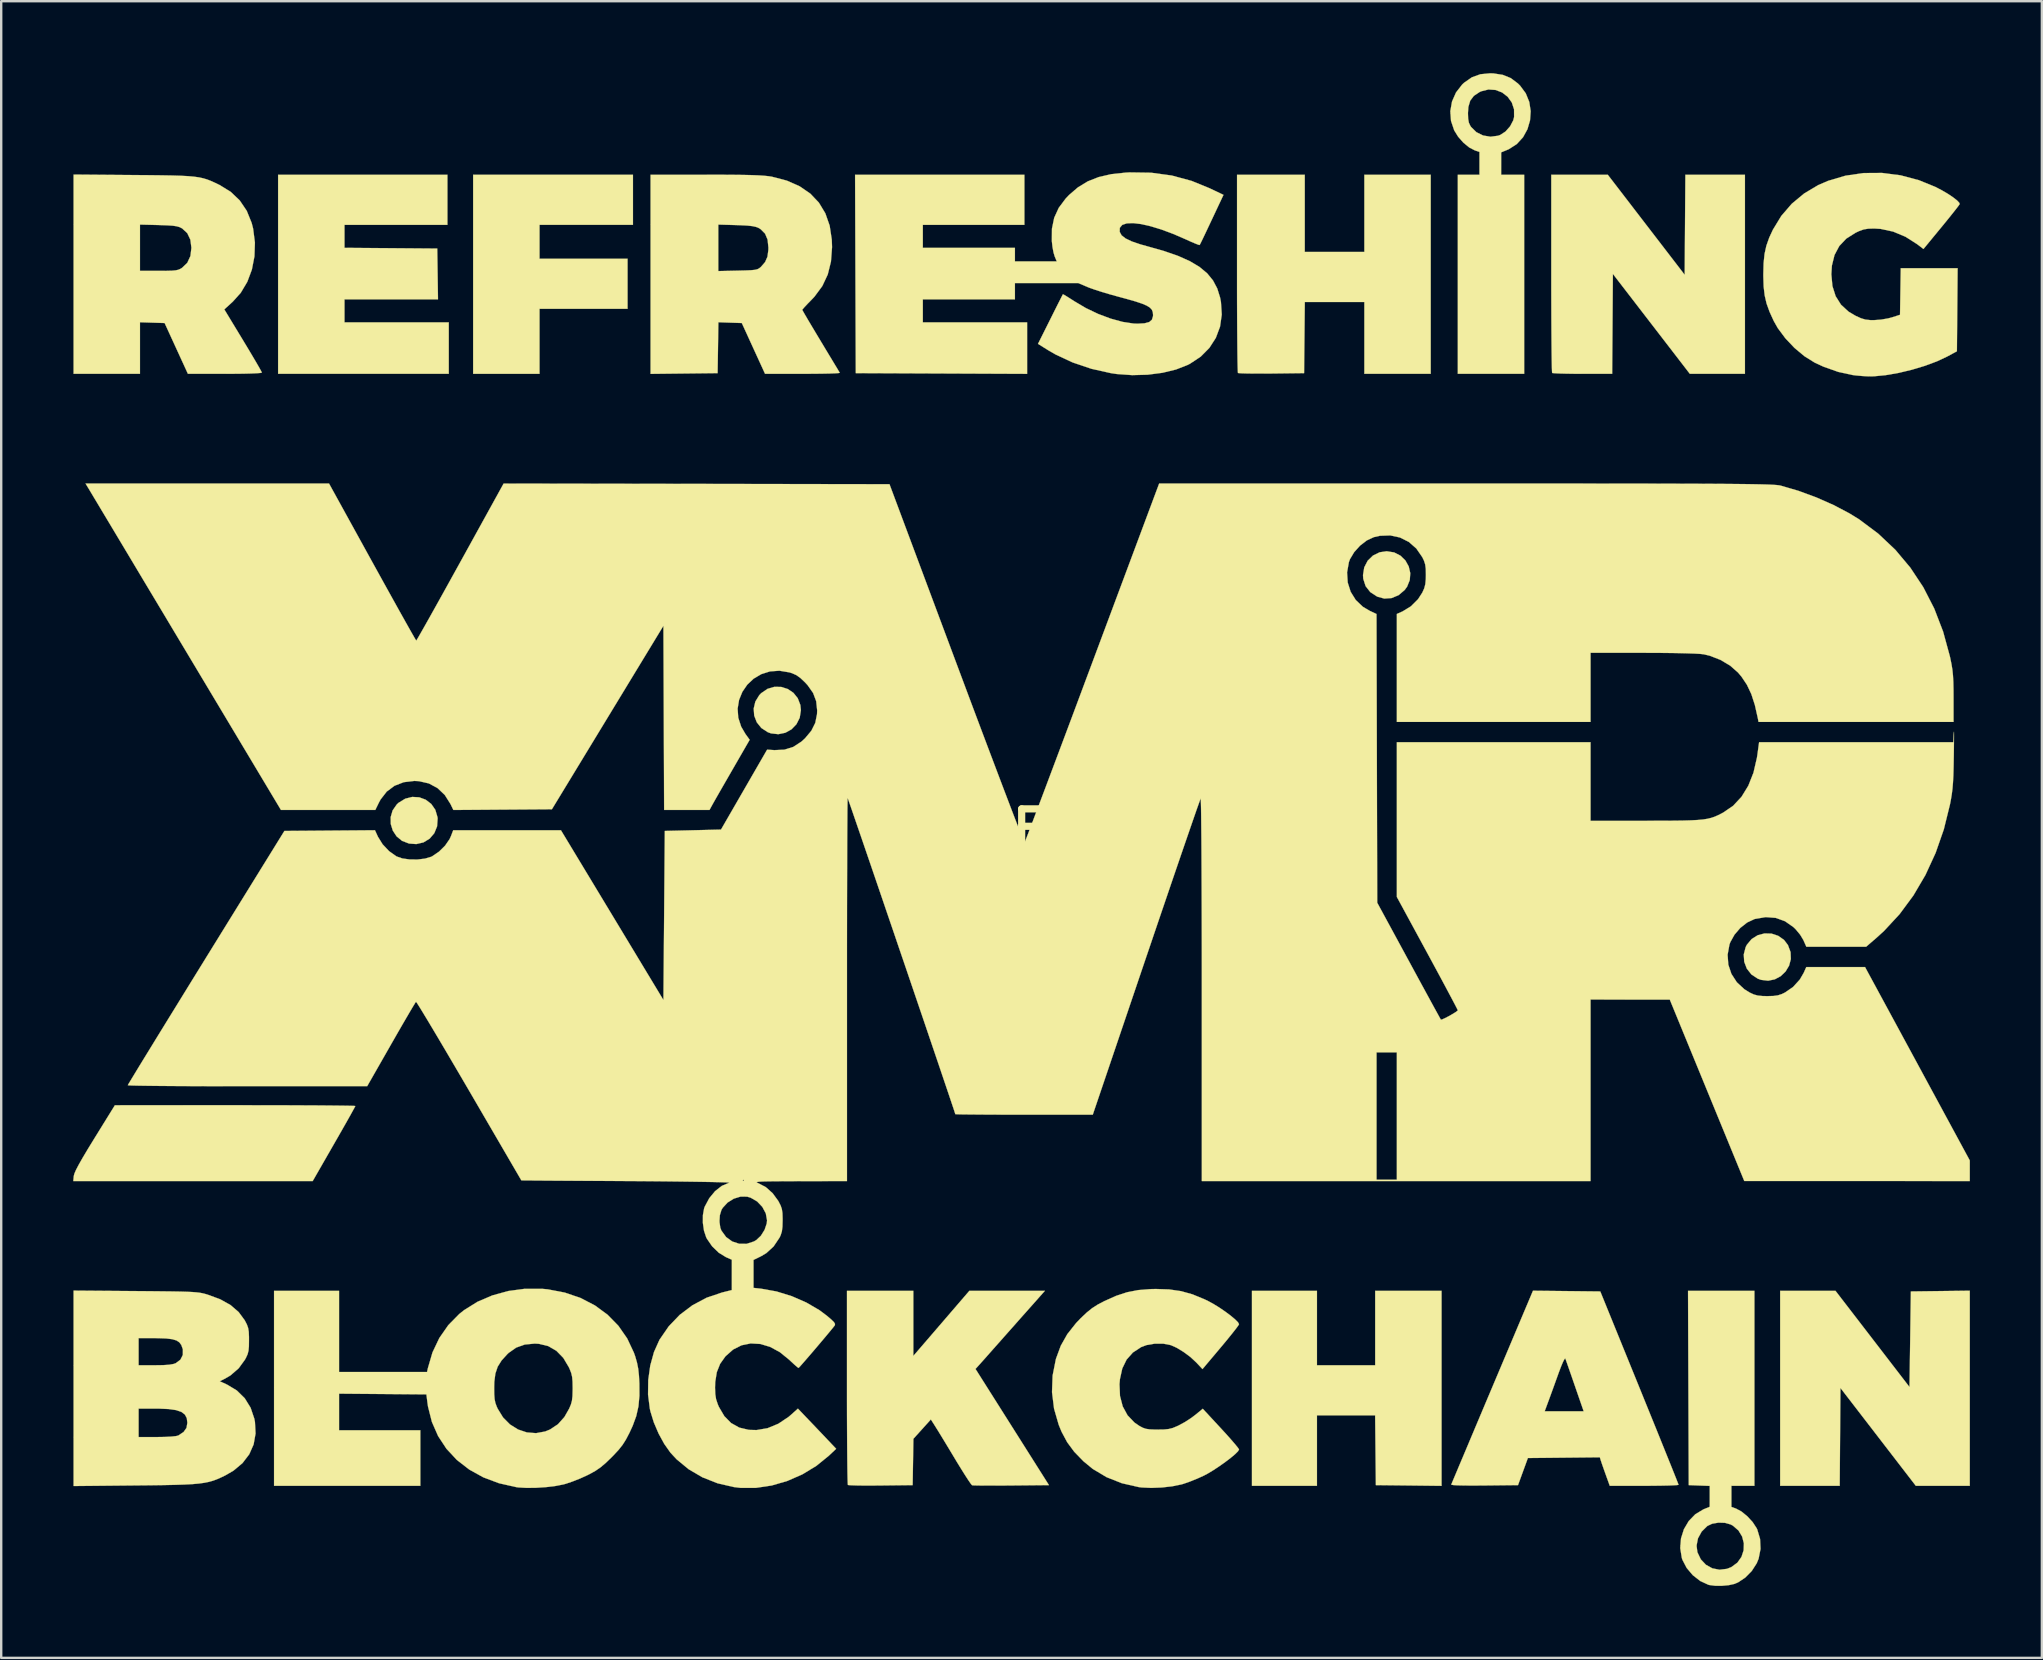
<source format=kicad_pcb>
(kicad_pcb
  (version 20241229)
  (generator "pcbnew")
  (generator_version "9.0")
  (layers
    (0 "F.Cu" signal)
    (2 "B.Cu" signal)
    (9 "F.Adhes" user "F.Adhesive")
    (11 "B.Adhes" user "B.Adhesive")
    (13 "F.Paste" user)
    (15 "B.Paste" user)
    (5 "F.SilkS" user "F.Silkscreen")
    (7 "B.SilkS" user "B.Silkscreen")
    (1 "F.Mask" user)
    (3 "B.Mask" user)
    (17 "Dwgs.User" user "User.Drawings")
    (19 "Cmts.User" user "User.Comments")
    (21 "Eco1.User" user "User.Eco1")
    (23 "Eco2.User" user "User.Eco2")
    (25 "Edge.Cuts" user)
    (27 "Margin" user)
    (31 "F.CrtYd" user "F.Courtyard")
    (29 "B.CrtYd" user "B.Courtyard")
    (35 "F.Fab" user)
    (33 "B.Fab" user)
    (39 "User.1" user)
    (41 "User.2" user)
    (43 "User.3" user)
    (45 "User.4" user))
  (footprint "35C3Funny"
    (layer "F.Cu")
    (at 39.528 31.494)
    (property "Reference" "35C3Funny" (at 0 0 0) (layer "F.SilkS") (effects (font (size 1.524 1.524) (thickness 0.3))))
    (attr through_hole)
    (fp_poly (pts (xy -16.2 -25.174) (xy -20.094 -25.174) (xy -20.094 -23.763) (xy -16.425 -23.763) (xy -16.425 -21.675) (xy -20.094 -21.675) (xy -20.094 -18.965) (xy -22.86 -18.965) (xy -22.86 -27.263) (xy -16.2 -27.263) (xy -16.2 -25.174)) (stroke (width 0.01) (type solid)) (fill yes) (layer "F.SilkS"))
    (fp_poly (pts (xy 39.511 27.376) (xy 37.262 27.376) (xy 34.121 23.298) (xy 34.091 27.376) (xy 31.609 27.376) (xy 31.609 19.248) (xy 33.913 19.248) (xy 35.456 21.253) (xy 36.999 23.259) (xy 37.028 21.267) (xy 37.056 19.276) (xy 39.511 19.245) (xy 39.511 27.376)) (stroke (width 0.01) (type solid)) (fill yes) (layer "F.SilkS"))
    (fp_poly (pts (xy -23.932 -25.174) (xy -28.222 -25.174) (xy -28.222 -24.216) (xy -26.289 -24.201) (xy -24.356 -24.186) (xy -24.34 -23.128) (xy -24.325 -22.07) (xy -28.222 -22.07) (xy -28.222 -21.11) (xy -23.876 -21.11) (xy -23.876 -18.965) (xy -30.988 -18.965) (xy -30.988 -27.263) (xy -23.932 -27.263) (xy -23.932 -25.174)) (stroke (width 0.01) (type solid)) (fill yes) (layer "F.SilkS"))
    (fp_poly (pts (xy 12.305 22.352) (xy 14.732 22.352) (xy 14.732 19.248) (xy 17.498 19.248) (xy 17.498 27.378) (xy 16.129 27.362) (xy 14.76 27.347) (xy 14.745 25.894) (xy 14.73 24.44) (xy 12.305 24.44) (xy 12.305 27.376) (xy 9.596 27.376) (xy 9.596 19.248) (xy 12.305 19.248) (xy 12.305 22.352)) (stroke (width 0.01) (type solid)) (fill yes) (layer "F.SilkS"))
    (fp_poly (pts (xy 15.523 -11.522) (xy 15.786 -11.387) (xy 15.992 -11.186) (xy 16.13 -10.937) (xy 16.194 -10.66) (xy 16.174 -10.372) (xy 16.062 -10.094) (xy 15.958 -9.953) (xy 15.706 -9.74) (xy 15.416 -9.62) (xy 15.111 -9.599) (xy 14.817 -9.68) (xy 14.527 -9.869) (xy 14.333 -10.117) (xy 14.235 -10.421) (xy 14.224 -10.578) (xy 14.276 -10.9) (xy 14.419 -11.177) (xy 14.639 -11.391) (xy 14.919 -11.528) (xy 15.212 -11.571) (xy 15.523 -11.522)) (stroke (width 0.01) (type solid)) (fill yes) (layer "F.SilkS"))
    (fp_poly (pts (xy -25.104 -1.316) (xy -24.835 -1.216) (xy -24.606 -1.04) (xy -24.437 -0.797) (xy -24.347 -0.493) (xy -24.34 -0.436) (xy -24.363 -0.106) (xy -24.479 0.179) (xy -24.673 0.406) (xy -24.928 0.562) (xy -25.23 0.632) (xy -25.533 0.61) (xy -25.824 0.497) (xy -26.051 0.31) (xy -26.209 0.069) (xy -26.293 -0.205) (xy -26.297 -0.492) (xy -26.216 -0.77) (xy -26.044 -1.018) (xy -25.97 -1.088) (xy -25.69 -1.259) (xy -25.396 -1.333) (xy -25.104 -1.316)) (stroke (width 0.01) (type solid)) (fill yes) (layer "F.SilkS"))
    (fp_poly (pts (xy -10.02 -5.916) (xy -9.749 -5.83) (xy -9.513 -5.671) (xy -9.332 -5.446) (xy -9.224 -5.164) (xy -9.201 -4.951) (xy -9.25 -4.633) (xy -9.387 -4.362) (xy -9.593 -4.149) (xy -9.85 -4.007) (xy -10.141 -3.947) (xy -10.446 -3.981) (xy -10.583 -4.031) (xy -10.851 -4.206) (xy -11.04 -4.443) (xy -11.147 -4.72) (xy -11.168 -5.016) (xy -11.099 -5.307) (xy -10.936 -5.573) (xy -10.858 -5.655) (xy -10.593 -5.836) (xy -10.307 -5.921) (xy -10.02 -5.916)) (stroke (width 0.01) (type solid)) (fill yes) (layer "F.SilkS"))
    (fp_poly (pts (xy 31.25 4.364) (xy 31.529 4.456) (xy 31.773 4.63) (xy 31.934 4.842) (xy 32.043 5.135) (xy 32.054 5.426) (xy 31.981 5.699) (xy 31.836 5.941) (xy 31.634 6.136) (xy 31.387 6.269) (xy 31.109 6.326) (xy 30.813 6.291) (xy 30.678 6.242) (xy 30.411 6.066) (xy 30.22 5.824) (xy 30.111 5.538) (xy 30.092 5.232) (xy 30.17 4.93) (xy 30.22 4.83) (xy 30.421 4.589) (xy 30.674 4.431) (xy 30.958 4.356) (xy 31.25 4.364)) (stroke (width 0.01) (type solid)) (fill yes) (layer "F.SilkS"))
    (fp_poly (pts (xy -32.039 11.516) (xy -31.331 11.517) (xy -30.664 11.518) (xy -30.046 11.521) (xy -29.485 11.523) (xy -28.99 11.527) (xy -28.567 11.531) (xy -28.226 11.535) (xy -27.975 11.539) (xy -27.82 11.544) (xy -27.771 11.549) (xy -27.798 11.605) (xy -27.875 11.746) (xy -27.994 11.961) (xy -28.15 12.238) (xy -28.336 12.565) (xy -28.544 12.929) (xy -28.659 13.129) (xy -29.547 14.676) (xy -39.523 14.676) (xy -39.503 14.464) (xy -39.476 14.362) (xy -39.408 14.206) (xy -39.293 13.987) (xy -39.129 13.698) (xy -38.91 13.33) (xy -38.636 12.884) (xy -37.79 11.516) (xy -32.78 11.515) (xy -32.039 11.516)) (stroke (width 0.01) (type solid)) (fill yes) (layer "F.SilkS"))
    (fp_poly (pts (xy 11.797 -24.045) (xy 14.28 -24.045) (xy 14.28 -27.263) (xy 17.046 -27.263) (xy 17.046 -18.965) (xy 14.28 -18.965) (xy 14.28 -21.957) (xy 11.799 -21.957) (xy 11.784 -20.475) (xy 11.769 -18.994) (xy 10.41 -18.978) (xy 10.03 -18.976) (xy 9.687 -18.976) (xy 9.398 -18.98) (xy 9.179 -18.986) (xy 9.046 -18.995) (xy 9.013 -19.002) (xy 9.007 -19.063) (xy 9.001 -19.229) (xy 8.995 -19.489) (xy 8.99 -19.835) (xy 8.986 -20.258) (xy 8.982 -20.75) (xy 8.979 -21.3) (xy 8.976 -21.901) (xy 8.975 -22.542) (xy 8.975 -23.152) (xy 8.975 -27.263) (xy 11.797 -27.263) (xy 11.797 -24.045)) (stroke (width 0.01) (type solid)) (fill yes) (layer "F.SilkS"))
    (fp_poly (pts (xy 26.027 -25.177) (xy 27.63 -23.092) (xy 27.644 -25.177) (xy 27.659 -27.263) (xy 30.141 -27.263) (xy 30.141 -18.965) (xy 27.845 -18.965) (xy 24.638 -23.129) (xy 24.623 -21.047) (xy 24.608 -18.965) (xy 23.377 -18.965) (xy 23.015 -18.967) (xy 22.691 -18.972) (xy 22.423 -18.979) (xy 22.228 -18.988) (xy 22.121 -18.998) (xy 22.107 -19.003) (xy 22.101 -19.064) (xy 22.095 -19.229) (xy 22.09 -19.489) (xy 22.085 -19.836) (xy 22.081 -20.259) (xy 22.077 -20.75) (xy 22.074 -21.3) (xy 22.072 -21.901) (xy 22.07 -22.542) (xy 22.07 -23.152) (xy 22.07 -27.263) (xy 24.424 -27.263) (xy 26.027 -25.177)) (stroke (width 0.01) (type solid)) (fill yes) (layer "F.SilkS"))
    (fp_poly (pts (xy -4.516 21.964) (xy -3.347 20.606) (xy -2.179 19.248) (xy 0.969 19.248) (xy 0.331 19.967) (xy 0.058 20.274) (xy -0.256 20.629) (xy -0.58 20.994) (xy -0.88 21.333) (xy -0.983 21.449) (xy -1.21 21.705) (xy -1.42 21.942) (xy -1.598 22.143) (xy -1.729 22.29) (xy -1.791 22.358) (xy -1.925 22.506) (xy 1.136 27.347) (xy -0.433 27.362) (xy -0.845 27.365) (xy -1.221 27.366) (xy -1.546 27.366) (xy -1.806 27.363) (xy -1.984 27.359) (xy -2.066 27.353) (xy -2.068 27.352) (xy -2.115 27.298) (xy -2.21 27.162) (xy -2.344 26.956) (xy -2.507 26.697) (xy -2.691 26.398) (xy -2.771 26.265) (xy -2.971 25.932) (xy -3.163 25.614) (xy -3.337 25.328) (xy -3.479 25.095) (xy -3.579 24.935) (xy -3.597 24.906) (xy -3.785 24.61) (xy -4.149 25.014) (xy -4.513 25.418) (xy -4.528 26.383) (xy -4.544 27.347) (xy -5.874 27.362) (xy -6.251 27.365) (xy -6.589 27.365) (xy -6.873 27.361) (xy -7.087 27.354) (xy -7.214 27.346) (xy -7.243 27.339) (xy -7.249 27.277) (xy -7.255 27.112) (xy -7.261 26.852) (xy -7.266 26.506) (xy -7.27 26.084) (xy -7.274 25.594) (xy -7.277 25.046) (xy -7.28 24.448) (xy -7.281 23.809) (xy -7.281 23.274) (xy -7.281 19.248) (xy -4.516 19.248) (xy -4.516 21.964)) (stroke (width 0.01) (type solid)) (fill yes) (layer "F.SilkS"))
    (fp_poly (pts (xy 19.664 -31.484) (xy 20.055 -31.423) (xy 20.383 -31.289) (xy 20.679 -31.066) (xy 20.77 -30.976) (xy 21.008 -30.654) (xy 21.154 -30.294) (xy 21.212 -29.912) (xy 21.185 -29.528) (xy 21.078 -29.16) (xy 20.894 -28.825) (xy 20.636 -28.543) (xy 20.308 -28.33) (xy 20.237 -28.299) (xy 19.982 -28.194) (xy 19.982 -27.728) (xy 19.981 -27.263) (xy 20.941 -27.263) (xy 20.941 -18.965) (xy 18.175 -18.965) (xy 18.175 -27.263) (xy 19.078 -27.263) (xy 19.078 -28.213) (xy 18.885 -28.277) (xy 18.65 -28.399) (xy 18.407 -28.599) (xy 18.188 -28.848) (xy 18.025 -29.111) (xy 17.892 -29.505) (xy 17.869 -29.831) (xy 18.598 -29.831) (xy 18.606 -29.596) (xy 18.635 -29.434) (xy 18.694 -29.305) (xy 18.73 -29.251) (xy 18.949 -29.036) (xy 19.228 -28.898) (xy 19.538 -28.846) (xy 19.85 -28.887) (xy 19.945 -28.921) (xy 20.163 -29.063) (xy 20.354 -29.279) (xy 20.485 -29.528) (xy 20.521 -29.668) (xy 20.519 -29.989) (xy 20.424 -30.275) (xy 20.252 -30.512) (xy 20.022 -30.69) (xy 19.749 -30.795) (xy 19.452 -30.815) (xy 19.146 -30.738) (xy 19.081 -30.707) (xy 18.844 -30.549) (xy 18.693 -30.35) (xy 18.615 -30.088) (xy 18.598 -29.831) (xy 17.869 -29.831) (xy 17.863 -29.912) (xy 17.934 -30.314) (xy 18.1 -30.69) (xy 18.358 -31.022) (xy 18.437 -31.096) (xy 18.76 -31.321) (xy 19.116 -31.45) (xy 19.524 -31.489) (xy 19.664 -31.484)) (stroke (width 0.01) (type solid)) (fill yes) (layer "F.SilkS"))
    (fp_poly (pts (xy 30.536 27.376) (xy 29.577 27.376) (xy 29.577 28.256) (xy 29.771 28.326) (xy 30.002 28.451) (xy 30.244 28.65) (xy 30.463 28.889) (xy 30.627 29.139) (xy 30.654 29.194) (xy 30.772 29.592) (xy 30.791 30.008) (xy 30.711 30.413) (xy 30.632 30.605) (xy 30.427 30.924) (xy 30.158 31.198) (xy 29.855 31.4) (xy 29.705 31.464) (xy 29.471 31.516) (xy 29.187 31.543) (xy 28.9 31.542) (xy 28.661 31.511) (xy 28.617 31.5) (xy 28.278 31.343) (xy 27.967 31.1) (xy 27.712 30.798) (xy 27.537 30.462) (xy 27.51 30.381) (xy 27.445 29.973) (xy 27.453 29.868) (xy 28.125 29.868) (xy 28.16 30.144) (xy 28.302 30.441) (xy 28.516 30.667) (xy 28.782 30.815) (xy 29.081 30.874) (xy 29.392 30.836) (xy 29.574 30.764) (xy 29.826 30.579) (xy 29.997 30.338) (xy 30.087 30.062) (xy 30.096 29.772) (xy 30.024 29.491) (xy 29.873 29.24) (xy 29.642 29.039) (xy 29.544 28.986) (xy 29.308 28.919) (xy 29.037 28.911) (xy 28.775 28.956) (xy 28.573 29.051) (xy 28.336 29.286) (xy 28.184 29.566) (xy 28.125 29.868) (xy 27.453 29.868) (xy 27.477 29.568) (xy 27.598 29.185) (xy 27.799 28.844) (xy 28.072 28.562) (xy 28.409 28.359) (xy 28.429 28.351) (xy 28.673 28.25) (xy 28.674 27.815) (xy 28.674 27.38) (xy 28.236 27.364) (xy 27.799 27.347) (xy 27.77 19.248) (xy 30.536 19.248) (xy 30.536 27.376)) (stroke (width 0.01) (type solid)) (fill yes) (layer "F.SilkS"))
    (fp_poly (pts (xy -37.013 -27.249) (xy -36.381 -27.244) (xy -35.849 -27.238) (xy -35.407 -27.23) (xy -35.041 -27.219) (xy -34.74 -27.203) (xy -34.492 -27.181) (xy -34.285 -27.152) (xy -34.107 -27.113) (xy -33.946 -27.065) (xy -33.79 -27.004) (xy -33.627 -26.931) (xy -33.445 -26.843) (xy -33.426 -26.834) (xy -32.964 -26.55) (xy -32.587 -26.191) (xy -32.295 -25.759) (xy -32.091 -25.257) (xy -32.029 -25.015) (xy -31.955 -24.435) (xy -31.974 -23.861) (xy -32.081 -23.31) (xy -32.272 -22.799) (xy -32.543 -22.344) (xy -32.873 -21.976) (xy -33.23 -21.65) (xy -32.448 -20.36) (xy -32.24 -20.015) (xy -32.053 -19.701) (xy -31.894 -19.431) (xy -31.772 -19.219) (xy -31.693 -19.076) (xy -31.665 -19.017) (xy -31.72 -19.002) (xy -31.876 -18.99) (xy -32.121 -18.979) (xy -32.445 -18.971) (xy -32.835 -18.967) (xy -33.206 -18.965) (xy -34.747 -18.965) (xy -35.718 -21.082) (xy -36.232 -21.098) (xy -36.745 -21.114) (xy -36.745 -18.965) (xy -39.511 -18.965) (xy -39.511 -23.255) (xy -36.745 -23.255) (xy -35.963 -23.255) (xy -35.647 -23.257) (xy -35.42 -23.263) (xy -35.262 -23.277) (xy -35.15 -23.301) (xy -35.062 -23.339) (xy -34.99 -23.383) (xy -34.772 -23.593) (xy -34.642 -23.874) (xy -34.601 -24.216) (xy -34.644 -24.555) (xy -34.773 -24.826) (xy -34.984 -25.022) (xy -35.002 -25.033) (xy -35.099 -25.081) (xy -35.216 -25.114) (xy -35.377 -25.138) (xy -35.603 -25.153) (xy -35.917 -25.164) (xy -35.969 -25.166) (xy -36.745 -25.185) (xy -36.745 -23.255) (xy -39.511 -23.255) (xy -39.511 -27.269) (xy -37.013 -27.249)) (stroke (width 0.01) (type solid)) (fill yes) (layer "F.SilkS"))
    (fp_poly (pts (xy 22.71 19.261) (xy 24.113 19.276) (xy 25.743 23.283) (xy 26.002 23.922) (xy 26.249 24.53) (xy 26.48 25.099) (xy 26.691 25.622) (xy 26.88 26.091) (xy 27.044 26.497) (xy 27.178 26.832) (xy 27.28 27.088) (xy 27.346 27.257) (xy 27.374 27.331) (xy 27.374 27.333) (xy 27.321 27.345) (xy 27.169 27.355) (xy 26.935 27.364) (xy 26.632 27.37) (xy 26.277 27.374) (xy 25.942 27.376) (xy 24.508 27.376) (xy 24.34 26.91) (xy 24.259 26.682) (xy 24.189 26.482) (xy 24.142 26.343) (xy 24.133 26.316) (xy 24.094 26.188) (xy 22.595 26.203) (xy 21.096 26.218) (xy 20.89 26.783) (xy 20.684 27.347) (xy 19.284 27.362) (xy 18.836 27.365) (xy 18.467 27.363) (xy 18.184 27.357) (xy 17.994 27.346) (xy 17.907 27.331) (xy 17.902 27.324) (xy 17.926 27.265) (xy 17.991 27.11) (xy 18.094 26.866) (xy 18.229 26.544) (xy 18.396 26.149) (xy 18.589 25.691) (xy 18.805 25.177) (xy 19.042 24.615) (xy 19.187 24.271) (xy 21.795 24.271) (xy 23.421 24.271) (xy 23.055 23.213) (xy 22.941 22.883) (xy 22.838 22.586) (xy 22.752 22.341) (xy 22.69 22.164) (xy 22.658 22.074) (xy 22.656 22.07) (xy 22.627 22.086) (xy 22.568 22.194) (xy 22.489 22.379) (xy 22.395 22.624) (xy 22.381 22.662) (xy 22.268 22.977) (xy 22.149 23.307) (xy 22.039 23.609) (xy 21.967 23.805) (xy 21.795 24.271) (xy 19.187 24.271) (xy 19.295 24.014) (xy 19.562 23.382) (xy 19.614 23.259) (xy 21.308 19.246) (xy 22.71 19.261)) (stroke (width 0.01) (type solid)) (fill yes) (layer "F.SilkS"))
    (fp_poly (pts (xy -12.536 -27.262) (xy -12.017 -27.259) (xy -11.589 -27.254) (xy -11.24 -27.246) (xy -10.959 -27.235) (xy -10.735 -27.22) (xy -10.556 -27.202) (xy -10.412 -27.18) (xy -10.405 -27.178) (xy -9.786 -27.016) (xy -9.254 -26.781) (xy -8.808 -26.475) (xy -8.451 -26.099) (xy -8.182 -25.653) (xy -8.002 -25.139) (xy -7.914 -24.558) (xy -7.903 -24.247) (xy -7.948 -23.644) (xy -8.082 -23.105) (xy -8.309 -22.622) (xy -8.633 -22.184) (xy -8.759 -22.05) (xy -8.924 -21.881) (xy -9.053 -21.743) (xy -9.13 -21.654) (xy -9.144 -21.632) (xy -9.116 -21.578) (xy -9.037 -21.44) (xy -8.915 -21.231) (xy -8.757 -20.965) (xy -8.571 -20.654) (xy -8.374 -20.326) (xy -8.168 -19.983) (xy -7.98 -19.672) (xy -7.82 -19.406) (xy -7.694 -19.198) (xy -7.612 -19.06) (xy -7.581 -19.008) (xy -7.628 -18.997) (xy -7.775 -18.987) (xy -8.006 -18.978) (xy -8.308 -18.972) (xy -8.667 -18.968) (xy -9.069 -18.966) (xy -9.127 -18.966) (xy -10.696 -18.967) (xy -11.18 -20.024) (xy -11.664 -21.082) (xy -12.153 -21.098) (xy -12.641 -21.115) (xy -12.656 -20.054) (xy -12.672 -18.994) (xy -15.466 -18.963) (xy -15.466 -23.247) (xy -12.644 -23.247) (xy -11.829 -23.265) (xy -11.509 -23.273) (xy -11.281 -23.283) (xy -11.125 -23.298) (xy -11.02 -23.322) (xy -10.946 -23.358) (xy -10.882 -23.409) (xy -10.865 -23.424) (xy -10.693 -23.623) (xy -10.595 -23.845) (xy -10.557 -24.126) (xy -10.555 -24.226) (xy -10.589 -24.557) (xy -10.695 -24.808) (xy -10.878 -24.992) (xy -10.962 -25.043) (xy -11.073 -25.088) (xy -11.227 -25.121) (xy -11.442 -25.144) (xy -11.741 -25.159) (xy -11.896 -25.164) (xy -12.644 -25.185) (xy -12.644 -23.247) (xy -15.466 -23.247) (xy -15.466 -27.263) (xy -13.157 -27.263) (xy -12.536 -27.262)) (stroke (width 0.01) (type solid)) (fill yes) (layer "F.SilkS"))
    (fp_poly (pts (xy 36.626 -27.238) (xy 37.385 -27.037) (xy 38.072 -26.757) (xy 38.347 -26.614) (xy 38.603 -26.464) (xy 38.821 -26.317) (xy 38.985 -26.188) (xy 39.078 -26.087) (xy 39.09 -26.038) (xy 39.048 -25.976) (xy 38.945 -25.841) (xy 38.792 -25.647) (xy 38.601 -25.409) (xy 38.382 -25.14) (xy 38.323 -25.069) (xy 37.581 -24.167) (xy 37.323 -24.364) (xy 36.835 -24.676) (xy 36.319 -24.892) (xy 35.794 -25.005) (xy 35.529 -25.021) (xy 35.28 -25.014) (xy 35.087 -24.982) (xy 34.892 -24.911) (xy 34.747 -24.842) (xy 34.364 -24.599) (xy 34.073 -24.291) (xy 33.874 -23.916) (xy 33.765 -23.475) (xy 33.742 -23.114) (xy 33.787 -22.623) (xy 33.921 -22.201) (xy 34.144 -21.847) (xy 34.458 -21.558) (xy 34.754 -21.382) (xy 34.98 -21.28) (xy 35.165 -21.225) (xy 35.365 -21.204) (xy 35.527 -21.203) (xy 35.812 -21.224) (xy 36.106 -21.275) (xy 36.266 -21.317) (xy 36.604 -21.425) (xy 36.635 -23.368) (xy 39.005 -23.368) (xy 38.99 -21.637) (xy 38.975 -19.905) (xy 38.58 -19.691) (xy 38.147 -19.487) (xy 37.642 -19.299) (xy 37.096 -19.135) (xy 36.54 -19.002) (xy 36.003 -18.909) (xy 35.517 -18.862) (xy 35.299 -18.859) (xy 35.042 -18.873) (xy 34.76 -18.898) (xy 34.629 -18.915) (xy 34.027 -19.046) (xy 33.414 -19.263) (xy 33.048 -19.432) (xy 32.623 -19.697) (xy 32.206 -20.044) (xy 31.826 -20.446) (xy 31.509 -20.872) (xy 31.342 -21.167) (xy 31.166 -21.553) (xy 31.042 -21.897) (xy 30.964 -22.234) (xy 30.921 -22.602) (xy 30.907 -23.039) (xy 30.907 -23.114) (xy 30.919 -23.576) (xy 30.959 -23.962) (xy 31.035 -24.306) (xy 31.155 -24.644) (xy 31.308 -24.974) (xy 31.657 -25.547) (xy 32.093 -26.052) (xy 32.61 -26.482) (xy 33.198 -26.832) (xy 33.607 -27.008) (xy 34.334 -27.223) (xy 35.088 -27.332) (xy 35.856 -27.337) (xy 36.626 -27.238)) (stroke (width 0.01) (type solid)) (fill yes) (layer "F.SilkS"))
    (fp_poly (pts (xy -36.929 19.261) (xy -36.32 19.266) (xy -35.812 19.271) (xy -35.395 19.276) (xy -35.057 19.282) (xy -34.786 19.29) (xy -34.572 19.3) (xy -34.403 19.313) (xy -34.268 19.328) (xy -34.155 19.348) (xy -34.054 19.372) (xy -33.953 19.401) (xy -33.923 19.41) (xy -33.396 19.605) (xy -32.968 19.845) (xy -32.632 20.135) (xy -32.38 20.478) (xy -32.369 20.497) (xy -32.287 20.657) (xy -32.237 20.798) (xy -32.211 20.957) (xy -32.202 21.173) (xy -32.202 21.308) (xy -32.205 21.564) (xy -32.222 21.746) (xy -32.259 21.891) (xy -32.325 22.036) (xy -32.369 22.118) (xy -32.629 22.476) (xy -32.968 22.772) (xy -33.2 22.909) (xy -33.421 23.018) (xy -33.112 23.16) (xy -32.706 23.405) (xy -32.377 23.729) (xy -32.133 24.124) (xy -31.979 24.58) (xy -31.953 24.714) (xy -31.928 25.198) (xy -32.008 25.65) (xy -32.191 26.063) (xy -32.473 26.431) (xy -32.85 26.746) (xy -33.192 26.944) (xy -33.371 27.03) (xy -33.536 27.103) (xy -33.699 27.163) (xy -33.872 27.212) (xy -34.065 27.251) (xy -34.292 27.282) (xy -34.562 27.306) (xy -34.888 27.323) (xy -35.281 27.336) (xy -35.753 27.346) (xy -36.315 27.354) (xy -36.957 27.36) (xy -39.511 27.385) (xy -39.511 24.158) (xy -36.802 24.158) (xy -36.802 25.344) (xy -36.036 25.344) (xy -35.707 25.339) (xy -35.436 25.325) (xy -35.241 25.304) (xy -35.147 25.28) (xy -34.927 25.133) (xy -34.806 24.962) (xy -34.77 24.751) (xy -34.794 24.556) (xy -34.874 24.406) (xy -35.02 24.296) (xy -35.242 24.221) (xy -35.552 24.177) (xy -35.959 24.159) (xy -36.11 24.158) (xy -36.802 24.158) (xy -39.511 24.158) (xy -39.511 21.223) (xy -36.802 21.223) (xy -36.802 22.352) (xy -36.119 22.352) (xy -35.775 22.347) (xy -35.524 22.33) (xy -35.348 22.299) (xy -35.252 22.265) (xy -35.059 22.119) (xy -34.959 21.921) (xy -34.957 21.689) (xy -35.022 21.509) (xy -35.102 21.399) (xy -35.222 21.319) (xy -35.398 21.267) (xy -35.647 21.236) (xy -35.985 21.224) (xy -36.133 21.223) (xy -36.802 21.223) (xy -39.511 21.223) (xy -39.511 19.241) (xy -36.929 19.261)) (stroke (width 0.01) (type solid)) (fill yes) (layer "F.SilkS"))
    (fp_poly (pts (xy 6.145 19.192) (xy 6.642 19.264) (xy 7.121 19.398) (xy 7.622 19.605) (xy 7.77 19.676) (xy 7.997 19.8) (xy 8.243 19.952) (xy 8.486 20.118) (xy 8.709 20.285) (xy 8.891 20.437) (xy 9.014 20.56) (xy 9.059 20.641) (xy 9.024 20.7) (xy 8.927 20.832) (xy 8.778 21.022) (xy 8.587 21.258) (xy 8.367 21.524) (xy 8.297 21.607) (xy 7.535 22.512) (xy 7.281 22.241) (xy 7.035 22.012) (xy 6.743 21.795) (xy 6.447 21.617) (xy 6.215 21.514) (xy 5.901 21.452) (xy 5.547 21.452) (xy 5.204 21.511) (xy 4.981 21.594) (xy 4.633 21.822) (xy 4.371 22.118) (xy 4.192 22.487) (xy 4.094 22.932) (xy 4.076 23.142) (xy 4.097 23.633) (xy 4.21 24.066) (xy 4.411 24.437) (xy 4.699 24.739) (xy 4.902 24.879) (xy 5.044 24.955) (xy 5.176 25.001) (xy 5.334 25.024) (xy 5.554 25.033) (xy 5.673 25.033) (xy 5.935 25.029) (xy 6.128 25.009) (xy 6.294 24.967) (xy 6.475 24.892) (xy 6.548 24.858) (xy 6.796 24.723) (xy 7.059 24.553) (xy 7.231 24.424) (xy 7.547 24.165) (xy 8.303 24.981) (xy 8.536 25.235) (xy 8.739 25.464) (xy 8.902 25.653) (xy 9.012 25.789) (xy 9.059 25.859) (xy 9.059 25.862) (xy 9.014 25.939) (xy 8.891 26.061) (xy 8.708 26.214) (xy 8.484 26.385) (xy 8.237 26.56) (xy 7.986 26.726) (xy 7.748 26.869) (xy 7.597 26.949) (xy 7.318 27.076) (xy 7.018 27.197) (xy 6.747 27.292) (xy 6.663 27.317) (xy 6.278 27.396) (xy 5.841 27.446) (xy 5.4 27.463) (xy 5.001 27.445) (xy 4.882 27.43) (xy 4.177 27.269) (xy 3.536 27.016) (xy 2.961 26.672) (xy 2.569 26.349) (xy 2.19 25.958) (xy 1.896 25.56) (xy 1.661 25.121) (xy 1.544 24.836) (xy 1.349 24.161) (xy 1.264 23.473) (xy 1.289 22.782) (xy 1.424 22.1) (xy 1.432 22.073) (xy 1.629 21.539) (xy 1.902 21.055) (xy 2.266 20.595) (xy 2.454 20.398) (xy 2.708 20.157) (xy 2.932 19.976) (xy 3.168 19.824) (xy 3.447 19.678) (xy 3.936 19.459) (xy 4.39 19.31) (xy 4.852 19.22) (xy 5.361 19.179) (xy 5.588 19.174) (xy 6.145 19.192)) (stroke (width 0.01) (type solid)) (fill yes) (layer "F.SilkS"))
    (fp_poly (pts (xy -19.753 19.188) (xy -19.04 19.324) (xy -18.382 19.549) (xy -17.786 19.858) (xy -17.259 20.245) (xy -16.808 20.706) (xy -16.44 21.235) (xy -16.161 21.827) (xy -16.105 21.985) (xy -16.031 22.244) (xy -15.98 22.502) (xy -15.949 22.797) (xy -15.933 23.114) (xy -15.931 23.623) (xy -15.971 24.062) (xy -16.062 24.468) (xy -16.211 24.875) (xy -16.349 25.174) (xy -16.491 25.445) (xy -16.631 25.667) (xy -16.796 25.876) (xy -17.012 26.108) (xy -17.098 26.195) (xy -17.345 26.433) (xy -17.557 26.611) (xy -17.769 26.756) (xy -18.018 26.893) (xy -18.119 26.943) (xy -18.403 27.072) (xy -18.712 27.194) (xy -18.994 27.29) (xy -19.099 27.319) (xy -19.431 27.384) (xy -19.822 27.431) (xy -20.235 27.458) (xy -20.629 27.463) (xy -20.967 27.444) (xy -21.064 27.431) (xy -21.782 27.269) (xy -22.437 27.023) (xy -23.025 26.697) (xy -23.538 26.299) (xy -23.972 25.833) (xy -24.32 25.304) (xy -24.578 24.717) (xy -24.74 24.079) (xy -24.766 23.902) (xy -24.808 23.566) (xy -28.448 23.536) (xy -28.448 25.061) (xy -25.061 25.061) (xy -25.061 27.376) (xy -31.157 27.376) (xy -31.157 23.283) (xy -21.984 23.283) (xy -21.981 23.562) (xy -21.966 23.763) (xy -21.933 23.923) (xy -21.876 24.078) (xy -21.837 24.163) (xy -21.613 24.528) (xy -21.324 24.819) (xy -20.988 25.029) (xy -20.621 25.152) (xy -20.239 25.182) (xy -19.858 25.112) (xy -19.656 25.029) (xy -19.327 24.811) (xy -19.057 24.509) (xy -18.859 24.161) (xy -18.786 23.989) (xy -18.742 23.828) (xy -18.72 23.639) (xy -18.713 23.384) (xy -18.712 23.312) (xy -18.717 23.039) (xy -18.734 22.841) (xy -18.772 22.677) (xy -18.838 22.508) (xy -18.87 22.437) (xy -19.103 22.045) (xy -19.391 21.75) (xy -19.73 21.554) (xy -20.118 21.459) (xy -20.296 21.449) (xy -20.711 21.489) (xy -21.066 21.616) (xy -21.381 21.837) (xy -21.439 21.893) (xy -21.677 22.155) (xy -21.838 22.414) (xy -21.934 22.7) (xy -21.978 23.045) (xy -21.984 23.283) (xy -31.157 23.283) (xy -31.157 19.248) (xy -28.448 19.248) (xy -28.448 22.634) (xy -24.781 22.634) (xy -24.748 22.479) (xy -24.555 21.818) (xy -24.269 21.216) (xy -23.895 20.679) (xy -23.438 20.215) (xy -23.232 20.051) (xy -22.678 19.706) (xy -22.059 19.441) (xy -21.393 19.258) (xy -20.701 19.165) (xy -20.002 19.165) (xy -19.753 19.188)) (stroke (width 0.01) (type solid)) (fill yes) (layer "F.SilkS"))
    (fp_poly (pts (xy 5.393 -27.346) (xy 6.256 -27.229) (xy 7.085 -27.004) (xy 7.831 -26.699) (xy 8.41 -26.423) (xy 8.162 -25.897) (xy 7.951 -25.448) (xy 7.783 -25.092) (xy 7.653 -24.817) (xy 7.557 -24.615) (xy 7.489 -24.475) (xy 7.446 -24.388) (xy 7.423 -24.344) (xy 7.416 -24.333) (xy 7.36 -24.346) (xy 7.224 -24.399) (xy 7.029 -24.482) (xy 6.845 -24.566) (xy 6.317 -24.795) (xy 5.823 -24.979) (xy 5.374 -25.116) (xy 4.977 -25.206) (xy 4.641 -25.246) (xy 4.377 -25.235) (xy 4.191 -25.172) (xy 4.093 -25.055) (xy 4.088 -25.036) (xy 4.085 -24.88) (xy 4.163 -24.738) (xy 4.329 -24.607) (xy 4.589 -24.482) (xy 4.951 -24.359) (xy 5.249 -24.276) (xy 5.94 -24.08) (xy 6.526 -23.876) (xy 7.014 -23.657) (xy 7.413 -23.418) (xy 7.73 -23.154) (xy 7.973 -22.857) (xy 8.15 -22.523) (xy 8.268 -22.145) (xy 8.304 -21.961) (xy 8.338 -21.432) (xy 8.266 -20.93) (xy 8.092 -20.465) (xy 7.822 -20.046) (xy 7.461 -19.682) (xy 7.013 -19.385) (xy 6.927 -19.34) (xy 6.433 -19.146) (xy 5.865 -19.008) (xy 5.247 -18.928) (xy 4.605 -18.911) (xy 3.963 -18.957) (xy 3.725 -18.992) (xy 2.905 -19.175) (xy 2.124 -19.439) (xy 1.406 -19.774) (xy 1.099 -19.952) (xy 0.68 -20.214) (xy 1.193 -21.24) (xy 1.348 -21.551) (xy 1.486 -21.826) (xy 1.599 -22.048) (xy 1.678 -22.204) (xy 1.716 -22.277) (xy 1.718 -22.281) (xy 1.767 -22.258) (xy 1.889 -22.185) (xy 2.064 -22.074) (xy 2.196 -21.989) (xy 2.678 -21.704) (xy 3.19 -21.46) (xy 3.707 -21.266) (xy 4.204 -21.13) (xy 4.656 -21.061) (xy 4.826 -21.054) (xy 5.118 -21.07) (xy 5.315 -21.123) (xy 5.428 -21.22) (xy 5.473 -21.37) (xy 5.475 -21.42) (xy 5.464 -21.537) (xy 5.425 -21.637) (xy 5.344 -21.725) (xy 5.21 -21.808) (xy 5.011 -21.892) (xy 4.736 -21.984) (xy 4.371 -22.088) (xy 4.008 -22.186) (xy 3.673 -22.279) (xy 3.341 -22.378) (xy 3.045 -22.473) (xy 2.814 -22.555) (xy 2.746 -22.582) (xy 2.359 -22.747) (xy -0.282 -22.747) (xy -0.282 -22.07) (xy -4.12 -22.07) (xy -4.12 -21.11) (xy 0.226 -21.11) (xy 0.226 -18.964) (xy -6.914 -18.994) (xy -6.929 -23.128) (xy -6.943 -27.263) (xy 0.113 -27.263) (xy 0.113 -25.174) (xy -4.12 -25.174) (xy -4.12 -24.215) (xy -0.282 -24.215) (xy -0.282 -23.65) (xy 1.462 -23.65) (xy 1.374 -23.861) (xy 1.326 -24.025) (xy 1.284 -24.252) (xy 1.257 -24.495) (xy 1.257 -24.498) (xy 1.261 -25.013) (xy 1.355 -25.468) (xy 1.544 -25.882) (xy 1.836 -26.273) (xy 1.973 -26.417) (xy 2.345 -26.737) (xy 2.752 -26.985) (xy 3.209 -27.165) (xy 3.733 -27.286) (xy 4.34 -27.351) (xy 4.493 -27.359) (xy 5.393 -27.346)) (stroke (width 0.01) (type solid)) (fill yes) (layer "F.SilkS"))
    (fp_poly (pts (xy -27.063 -11.121) (xy -26.754 -10.562) (xy -26.461 -10.033) (xy -26.189 -9.543) (xy -25.942 -9.098) (xy -25.724 -8.709) (xy -25.54 -8.381) (xy -25.395 -8.125) (xy -25.293 -7.948) (xy -25.238 -7.858) (xy -25.231 -7.848) (xy -25.199 -7.896) (xy -25.118 -8.034) (xy -24.992 -8.255) (xy -24.824 -8.551) (xy -24.621 -8.913) (xy -24.386 -9.334) (xy -24.124 -9.804) (xy -23.84 -10.317) (xy -23.538 -10.863) (xy -23.396 -11.119) (xy -21.59 -14.392) (xy -13.55 -14.379) (xy -5.509 -14.365) (xy -2.712 -6.876) (xy -2.383 -5.996) (xy -2.065 -5.145) (xy -1.759 -4.331) (xy -1.468 -3.558) (xy -1.194 -2.833) (xy -0.94 -2.161) (xy -0.708 -1.549) (xy -0.5 -1.003) (xy -0.318 -0.527) (xy -0.164 -0.129) (xy -0.041 0.186) (xy 0.048 0.412) (xy 0.103 0.542) (xy 0.12 0.575) (xy 0.143 0.518) (xy 0.204 0.362) (xy 0.3 0.112) (xy 0.428 -0.226) (xy 0.586 -0.646) (xy 0.773 -1.141) (xy 0.986 -1.706) (xy 1.222 -2.335) (xy 1.48 -3.022) (xy 1.757 -3.76) (xy 2.051 -4.544) (xy 2.359 -5.368) (xy 2.679 -6.226) (xy 2.942 -6.929) (xy 5.729 -14.393) (xy 18.506 -14.393) (xy 19.936 -14.393) (xy 21.257 -14.393) (xy 22.474 -14.393) (xy 23.592 -14.392) (xy 24.613 -14.391) (xy 25.544 -14.39) (xy 26.388 -14.389) (xy 27.15 -14.387) (xy 27.833 -14.385) (xy 28.442 -14.383) (xy 28.983 -14.38) (xy 29.458 -14.377) (xy 29.872 -14.373) (xy 30.23 -14.369) (xy 30.536 -14.364) (xy 30.794 -14.359) (xy 31.009 -14.353) (xy 31.185 -14.347) (xy 31.327 -14.34) (xy 31.438 -14.332) (xy 31.523 -14.324) (xy 31.586 -14.315) (xy 31.629 -14.306) (xy 32.369 -14.09) (xy 33.114 -13.816) (xy 33.834 -13.498) (xy 34.495 -13.15) (xy 34.905 -12.897) (xy 35.697 -12.304) (xy 36.407 -11.634) (xy 37.033 -10.889) (xy 37.575 -10.071) (xy 38.031 -9.181) (xy 38.4 -8.222) (xy 38.681 -7.194) (xy 38.696 -7.127) (xy 38.749 -6.867) (xy 38.787 -6.633) (xy 38.811 -6.394) (xy 38.826 -6.122) (xy 38.833 -5.788) (xy 38.834 -5.476) (xy 38.834 -4.459) (xy 30.708 -4.459) (xy 30.678 -4.614) (xy 30.555 -5.162) (xy 30.407 -5.619) (xy 30.224 -6.006) (xy 29.998 -6.344) (xy 29.85 -6.519) (xy 29.524 -6.805) (xy 29.123 -7.043) (xy 28.683 -7.215) (xy 28.424 -7.277) (xy 28.276 -7.293) (xy 28.027 -7.307) (xy 27.686 -7.318) (xy 27.263 -7.328) (xy 26.77 -7.334) (xy 26.217 -7.337) (xy 25.898 -7.338) (xy 23.707 -7.338) (xy 23.707 -4.459) (xy 15.635 -4.459) (xy 15.635 -8.958) (xy 15.875 -9.065) (xy 16.221 -9.277) (xy 16.516 -9.571) (xy 16.695 -9.846) (xy 16.775 -10.024) (xy 16.821 -10.197) (xy 16.841 -10.409) (xy 16.845 -10.583) (xy 16.84 -10.836) (xy 16.816 -11.021) (xy 16.764 -11.182) (xy 16.695 -11.324) (xy 16.447 -11.685) (xy 16.132 -11.96) (xy 15.765 -12.144) (xy 15.36 -12.231) (xy 14.929 -12.216) (xy 14.676 -12.159) (xy 14.384 -12.023) (xy 14.101 -11.805) (xy 13.858 -11.536) (xy 13.683 -11.244) (xy 13.636 -11.119) (xy 13.56 -10.686) (xy 13.587 -10.268) (xy 13.71 -9.881) (xy 13.922 -9.539) (xy 14.219 -9.257) (xy 14.5 -9.091) (xy 14.787 -8.956) (xy 14.817 3.076) (xy 16.134 5.503) (xy 16.395 5.984) (xy 16.64 6.435) (xy 16.863 6.844) (xy 17.059 7.204) (xy 17.223 7.504) (xy 17.35 7.734) (xy 17.433 7.886) (xy 17.469 7.949) (xy 17.47 7.95) (xy 17.528 7.938) (xy 17.65 7.882) (xy 17.806 7.801) (xy 17.965 7.71) (xy 18.096 7.628) (xy 18.169 7.571) (xy 18.175 7.56) (xy 18.149 7.503) (xy 18.074 7.357) (xy 17.956 7.132) (xy 17.799 6.837) (xy 17.61 6.482) (xy 17.393 6.078) (xy 17.153 5.634) (xy 16.905 5.176) (xy 15.635 2.836) (xy 15.635 -3.612) (xy 23.707 -3.612) (xy 23.707 -0.339) (xy 26.007 -0.339) (xy 26.617 -0.34) (xy 27.126 -0.342) (xy 27.547 -0.347) (xy 27.891 -0.357) (xy 28.171 -0.372) (xy 28.399 -0.393) (xy 28.586 -0.423) (xy 28.744 -0.462) (xy 28.887 -0.511) (xy 29.026 -0.573) (xy 29.173 -0.647) (xy 29.236 -0.681) (xy 29.65 -0.964) (xy 29.999 -1.339) (xy 30.282 -1.8) (xy 30.497 -2.343) (xy 30.641 -2.966) (xy 30.662 -3.106) (xy 30.731 -3.612) (xy 38.829 -3.612) (xy 38.847 -3.993) (xy 38.851 -4.047) (xy 38.853 -3.998) (xy 38.854 -3.856) (xy 38.852 -3.631) (xy 38.849 -3.334) (xy 38.845 -3.048) (xy 38.837 -2.592) (xy 38.827 -2.226) (xy 38.811 -1.927) (xy 38.79 -1.671) (xy 38.76 -1.436) (xy 38.721 -1.199) (xy 38.685 -1.016) (xy 38.43 0.018) (xy 38.088 0.999) (xy 37.664 1.92) (xy 37.162 2.774) (xy 36.586 3.553) (xy 35.94 4.25) (xy 35.639 4.525) (xy 35.193 4.91) (xy 33.947 4.911) (xy 32.701 4.911) (xy 32.575 4.63) (xy 32.446 4.414) (xy 32.262 4.191) (xy 32.164 4.095) (xy 31.812 3.848) (xy 31.425 3.708) (xy 31.006 3.676) (xy 30.561 3.752) (xy 30.537 3.759) (xy 30.235 3.9) (xy 29.948 4.126) (xy 29.705 4.409) (xy 29.531 4.722) (xy 29.496 4.818) (xy 29.419 5.243) (xy 29.448 5.656) (xy 29.578 6.043) (xy 29.802 6.389) (xy 30.113 6.679) (xy 30.339 6.82) (xy 30.511 6.9) (xy 30.675 6.945) (xy 30.876 6.965) (xy 31.073 6.969) (xy 31.329 6.962) (xy 31.516 6.936) (xy 31.68 6.882) (xy 31.81 6.819) (xy 32.15 6.584) (xy 32.43 6.275) (xy 32.591 5.997) (xy 32.698 5.757) (xy 35.146 5.757) (xy 37.329 9.787) (xy 39.511 13.817) (xy 39.511 14.676) (xy 34.812 14.674) (xy 30.113 14.673) (xy 28.561 10.894) (xy 27.009 7.114) (xy 23.707 7.112) (xy 23.707 14.676) (xy 7.507 14.676) (xy 7.507 9.313) (xy 14.788 9.313) (xy 14.788 14.619) (xy 15.635 14.619) (xy 15.635 9.313) (xy 14.788 9.313) (xy 7.507 9.313) (xy 7.507 6.677) (xy 7.507 5.738) (xy 7.506 4.83) (xy 7.504 3.961) (xy 7.502 3.137) (xy 7.499 2.364) (xy 7.496 1.648) (xy 7.493 0.995) (xy 7.489 0.412) (xy 7.484 -0.094) (xy 7.48 -0.518) (xy 7.475 -0.854) (xy 7.469 -1.094) (xy 7.464 -1.233) (xy 7.459 -1.267) (xy 7.435 -1.208) (xy 7.378 -1.048) (xy 7.288 -0.795) (xy 7.17 -0.454) (xy 7.024 -0.032) (xy 6.853 0.464) (xy 6.659 1.028) (xy 6.445 1.653) (xy 6.213 2.332) (xy 5.965 3.06) (xy 5.703 3.829) (xy 5.43 4.634) (xy 5.187 5.348) (xy 2.963 11.909) (xy 0.099 11.909) (xy -0.458 11.909) (xy -0.979 11.908) (xy -1.454 11.906) (xy -1.871 11.903) (xy -2.222 11.9) (xy -2.494 11.897) (xy -2.677 11.893) (xy -2.761 11.888) (xy -2.766 11.887) (xy -2.784 11.83) (xy -2.835 11.673) (xy -2.918 11.426) (xy -3.029 11.095) (xy -3.166 10.69) (xy -3.326 10.217) (xy -3.506 9.684) (xy -3.704 9.101) (xy -3.917 8.473) (xy -4.142 7.81) (xy -4.377 7.119) (xy -4.619 6.408) (xy -4.865 5.685) (xy -5.113 4.958) (xy -5.359 4.234) (xy -5.602 3.523) (xy -5.838 2.83) (xy -6.065 2.165) (xy -6.28 1.535) (xy -6.481 0.949) (xy -6.664 0.413) (xy -6.828 -0.064) (xy -6.969 -0.474) (xy -7.084 -0.809) (xy -7.172 -1.062) (xy -7.229 -1.224) (xy -7.252 -1.288) (xy -7.253 -1.289) (xy -7.256 -1.237) (xy -7.259 -1.078) (xy -7.263 -0.819) (xy -7.265 -0.466) (xy -7.268 -0.026) (xy -7.271 0.496) (xy -7.273 1.092) (xy -7.275 1.758) (xy -7.277 2.485) (xy -7.279 3.269) (xy -7.28 4.102) (xy -7.281 4.979) (xy -7.281 5.893) (xy -7.281 6.679) (xy -7.281 14.676) (xy -9.243 14.68) (xy -9.763 14.682) (xy -10.18 14.684) (xy -10.503 14.687) (xy -10.742 14.692) (xy -10.905 14.699) (xy -11.002 14.709) (xy -11.043 14.722) (xy -11.037 14.738) (xy -10.994 14.759) (xy -10.972 14.767) (xy -10.661 14.931) (xy -10.377 15.185) (xy -10.143 15.506) (xy -10.13 15.53) (xy -10.045 15.696) (xy -9.995 15.842) (xy -9.97 16.009) (xy -9.963 16.238) (xy -9.963 16.312) (xy -9.97 16.581) (xy -9.994 16.774) (xy -10.043 16.93) (xy -10.09 17.031) (xy -10.338 17.4) (xy -10.641 17.678) (xy -10.869 17.813) (xy -11.176 17.963) (xy -11.176 19.127) (xy -10.851 19.163) (xy -10.216 19.277) (xy -9.581 19.473) (xy -8.974 19.738) (xy -8.425 20.059) (xy -8.112 20.294) (xy -7.929 20.451) (xy -7.822 20.557) (xy -7.779 20.629) (xy -7.786 20.684) (xy -7.801 20.707) (xy -7.908 20.84) (xy -8.059 21.023) (xy -8.242 21.242) (xy -8.443 21.48) (xy -8.649 21.723) (xy -8.848 21.955) (xy -9.026 22.161) (xy -9.169 22.324) (xy -9.265 22.431) (xy -9.301 22.465) (xy -9.353 22.428) (xy -9.465 22.331) (xy -9.617 22.191) (xy -9.685 22.126) (xy -10.078 21.807) (xy -10.483 21.587) (xy -10.891 21.465) (xy -11.292 21.442) (xy -11.674 21.52) (xy -12.027 21.698) (xy -12.342 21.977) (xy -12.346 21.981) (xy -12.567 22.292) (xy -12.706 22.64) (xy -12.771 23.047) (xy -12.779 23.283) (xy -12.769 23.554) (xy -12.736 23.765) (xy -12.668 23.97) (xy -12.618 24.088) (xy -12.393 24.472) (xy -12.11 24.76) (xy -11.768 24.951) (xy -11.369 25.045) (xy -11.05 25.053) (xy -10.591 24.975) (xy -10.141 24.789) (xy -9.715 24.504) (xy -9.606 24.411) (xy -9.325 24.159) (xy -8.908 24.596) (xy -8.678 24.836) (xy -8.424 25.103) (xy -8.189 25.35) (xy -8.111 25.433) (xy -7.731 25.834) (xy -8.036 26.122) (xy -8.559 26.547) (xy -9.142 26.9) (xy -9.767 27.174) (xy -10.417 27.363) (xy -11.072 27.461) (xy -11.714 27.462) (xy -11.992 27.429) (xy -12.675 27.271) (xy -13.308 27.021) (xy -13.881 26.685) (xy -14.384 26.269) (xy -14.639 25.993) (xy -14.895 25.631) (xy -15.132 25.198) (xy -15.331 24.732) (xy -15.472 24.275) (xy -15.497 24.161) (xy -15.571 23.573) (xy -15.563 22.964) (xy -15.479 22.364) (xy -15.323 21.799) (xy -15.098 21.298) (xy -15.088 21.28) (xy -14.71 20.731) (xy -14.25 20.251) (xy -13.719 19.85) (xy -13.129 19.537) (xy -12.493 19.322) (xy -12.489 19.321) (xy -12.08 19.219) (xy -12.079 17.955) (xy -12.327 17.845) (xy -12.626 17.661) (xy -12.9 17.396) (xy -13.116 17.082) (xy -13.15 17.016) (xy -13.24 16.743) (xy -13.286 16.422) (xy -13.286 16.365) (xy -12.596 16.365) (xy -12.56 16.618) (xy -12.514 16.74) (xy -12.318 17.009) (xy -12.063 17.194) (xy -11.771 17.29) (xy -11.463 17.292) (xy -11.159 17.193) (xy -11.058 17.134) (xy -10.867 16.953) (xy -10.714 16.707) (xy -10.625 16.443) (xy -10.612 16.312) (xy -10.664 16.022) (xy -10.809 15.752) (xy -11.025 15.526) (xy -11.291 15.371) (xy -11.439 15.326) (xy -11.715 15.323) (xy -11.998 15.41) (xy -12.256 15.571) (xy -12.459 15.791) (xy -12.511 15.877) (xy -12.579 16.1) (xy -12.596 16.365) (xy -13.286 16.365) (xy -13.285 16.098) (xy -13.235 15.816) (xy -13.211 15.748) (xy -13.022 15.394) (xy -12.778 15.097) (xy -12.498 14.877) (xy -12.199 14.75) (xy -12.181 14.745) (xy -12.206 14.738) (xy -12.336 14.731) (xy -12.563 14.724) (xy -12.879 14.716) (xy -13.275 14.709) (xy -13.744 14.702) (xy -14.278 14.695) (xy -14.868 14.688) (xy -15.506 14.682) (xy -16.185 14.677) (xy -16.423 14.676) (xy -20.851 14.647) (xy -11.628 14.647) (xy -11.599 14.676) (xy -11.571 14.647) (xy -11.599 14.619) (xy -11.628 14.647) (xy -20.851 14.647) (xy -23.026 10.913) (xy -23.373 10.32) (xy -23.704 9.756) (xy -24.014 9.229) (xy -24.299 8.747) (xy -24.555 8.317) (xy -24.777 7.946) (xy -24.961 7.642) (xy -25.102 7.412) (xy -25.197 7.263) (xy -25.24 7.204) (xy -25.242 7.204) (xy -25.278 7.257) (xy -25.363 7.397) (xy -25.491 7.612) (xy -25.655 7.893) (xy -25.849 8.226) (xy -26.065 8.602) (xy -26.279 8.976) (xy -27.277 10.724) (xy -32.265 10.724) (xy -33.005 10.724) (xy -33.711 10.723) (xy -34.377 10.72) (xy -34.993 10.718) (xy -35.552 10.714) (xy -36.045 10.71) (xy -36.465 10.705) (xy -36.804 10.7) (xy -37.053 10.694) (xy -37.205 10.688) (xy -37.252 10.682) (xy -37.223 10.629) (xy -37.138 10.487) (xy -37.001 10.261) (xy -36.817 9.957) (xy -36.588 9.583) (xy -36.318 9.143) (xy -36.012 8.644) (xy -35.673 8.093) (xy -35.305 7.496) (xy -34.912 6.858) (xy -34.498 6.186) (xy -34.065 5.486) (xy -33.989 5.362) (xy -30.726 0.085) (xy -28.839 0.07) (xy -26.952 0.055) (xy -26.828 0.326) (xy -26.633 0.641) (xy -26.362 0.928) (xy -26.054 1.146) (xy -26.049 1.148) (xy -25.811 1.231) (xy -25.508 1.273) (xy -25.179 1.276) (xy -24.866 1.238) (xy -24.607 1.161) (xy -24.565 1.14) (xy -24.282 0.947) (xy -24.03 0.698) (xy -23.842 0.426) (xy -23.787 0.307) (xy -23.691 0.056) (xy -19.201 0.056) (xy -17.065 3.594) (xy -14.93 7.131) (xy -14.901 3.608) (xy -14.873 0.085) (xy -12.531 0.028) (xy -10.609 -3.302) (xy -10.303 -3.283) (xy -9.887 -3.302) (xy -9.517 -3.418) (xy -9.179 -3.638) (xy -9.032 -3.772) (xy -8.766 -4.09) (xy -8.602 -4.419) (xy -8.529 -4.783) (xy -8.523 -4.939) (xy -8.564 -5.323) (xy -8.693 -5.665) (xy -8.921 -5.989) (xy -9.026 -6.103) (xy -9.22 -6.287) (xy -9.387 -6.407) (xy -9.569 -6.488) (xy -9.676 -6.522) (xy -10.096 -6.592) (xy -10.49 -6.564) (xy -10.851 -6.45) (xy -11.169 -6.262) (xy -11.435 -6.012) (xy -11.641 -5.712) (xy -11.778 -5.375) (xy -11.838 -5.012) (xy -11.812 -4.636) (xy -11.69 -4.26) (xy -11.512 -3.956) (xy -11.336 -3.714) (xy -12.057 -2.464) (xy -12.26 -2.111) (xy -12.451 -1.78) (xy -12.619 -1.487) (xy -12.756 -1.247) (xy -12.853 -1.076) (xy -12.894 -1.002) (xy -13.01 -0.791) (xy -13.955 -0.791) (xy -14.901 -0.79) (xy -14.93 -8.465) (xy -19.578 -0.818) (xy -21.631 -0.804) (xy -23.684 -0.789) (xy -23.804 -1.037) (xy -24.043 -1.415) (xy -24.347 -1.703) (xy -24.709 -1.896) (xy -25.121 -1.99) (xy -25.313 -1.999) (xy -25.752 -1.947) (xy -26.136 -1.798) (xy -26.461 -1.556) (xy -26.718 -1.225) (xy -26.787 -1.097) (xy -26.937 -0.79) (xy -30.87 -0.79) (xy -34.83 -7.408) (xy -35.307 -8.204) (xy -35.768 -8.976) (xy -36.212 -9.717) (xy -36.634 -10.421) (xy -37.03 -11.084) (xy -37.398 -11.699) (xy -37.734 -12.26) (xy -38.035 -12.763) (xy -38.297 -13.2) (xy -38.516 -13.566) (xy -38.69 -13.856) (xy -38.814 -14.064) (xy -38.886 -14.184) (xy -38.902 -14.21) (xy -39.012 -14.393) (xy -28.866 -14.393) (xy -27.063 -11.121)) (stroke (width 0.01) (type solid)) (fill yes) (layer "F.SilkS")))
  (gr_rect
    (start -3 -3)
    (end 82.044 66.042)
    (stroke (width 0.1) (type default))
    (fill no)
    (layer "Edge.Cuts")))
</source>
